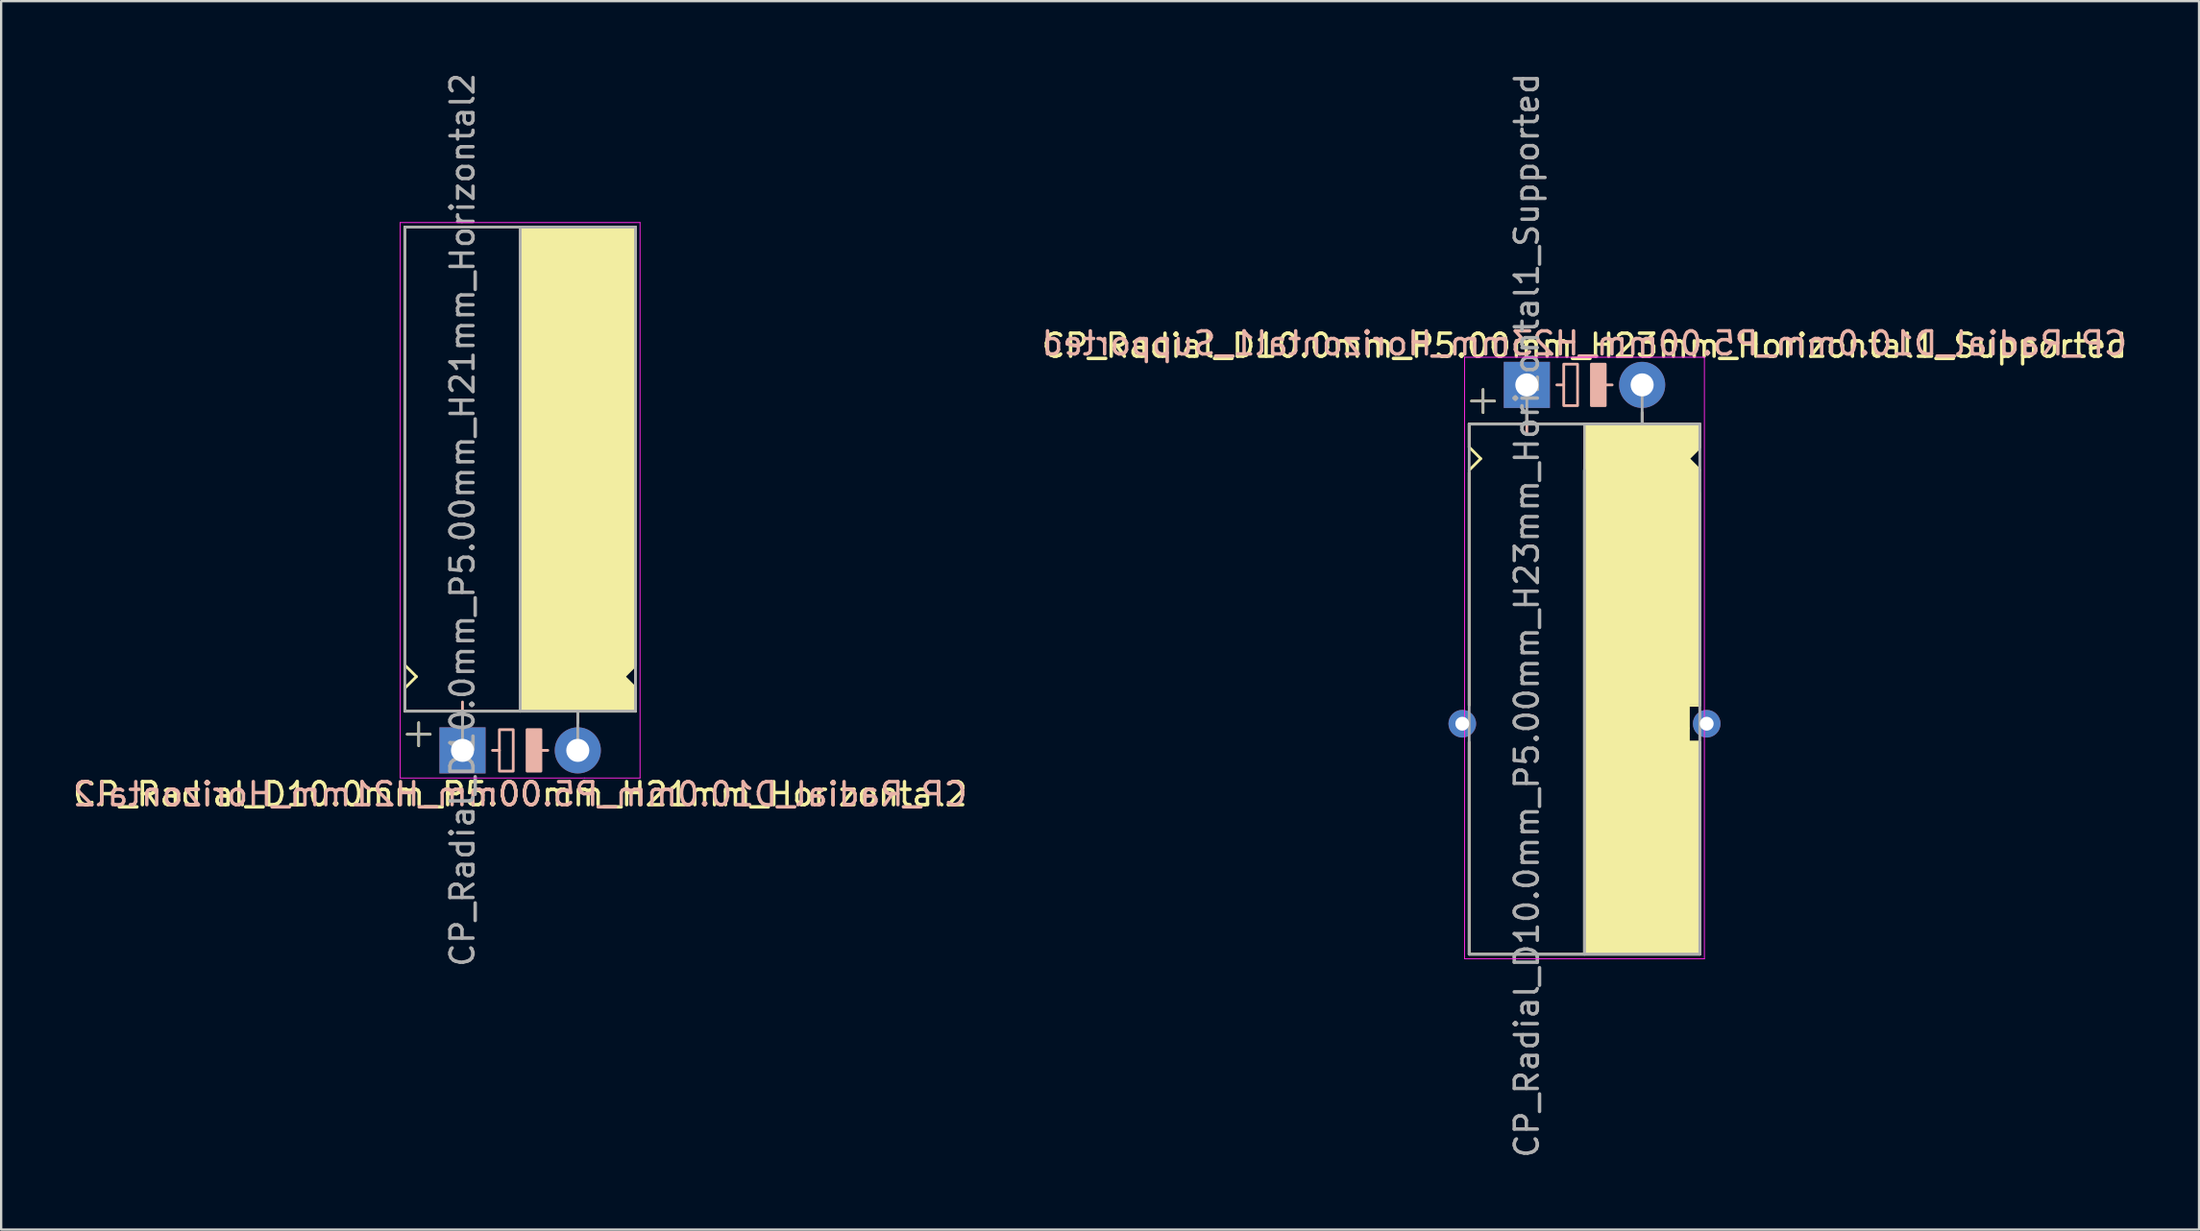
<source format=kicad_pcb>
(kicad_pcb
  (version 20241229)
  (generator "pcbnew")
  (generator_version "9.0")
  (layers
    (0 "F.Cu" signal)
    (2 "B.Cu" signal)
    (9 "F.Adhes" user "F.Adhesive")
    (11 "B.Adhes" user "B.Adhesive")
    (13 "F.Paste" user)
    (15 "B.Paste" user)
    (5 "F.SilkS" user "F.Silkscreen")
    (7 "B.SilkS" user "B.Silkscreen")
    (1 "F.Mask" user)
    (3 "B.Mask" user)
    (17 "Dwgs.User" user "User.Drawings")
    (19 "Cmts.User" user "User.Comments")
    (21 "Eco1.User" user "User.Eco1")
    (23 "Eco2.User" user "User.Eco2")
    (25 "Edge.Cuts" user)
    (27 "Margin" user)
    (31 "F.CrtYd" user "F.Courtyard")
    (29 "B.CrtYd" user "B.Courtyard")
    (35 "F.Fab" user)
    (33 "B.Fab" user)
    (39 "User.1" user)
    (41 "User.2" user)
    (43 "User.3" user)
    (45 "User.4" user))
  (footprint "CP_Radial_D10.0mm_P5.00mm_H21mm_Horizontal2"
    (layer "F.Cu")
    (at 17.006 29.506)
    (property "Reference" "CP_Radial_D10.0mm_P5.00mm_H21mm_Horizontal2" (at 2.5 1.9 0) (layer "F.SilkS") (effects (font (size 1 1) (thickness 0.15))))
    (fp_line (start -2.5 -22.7) (end 7.5 -22.7) (stroke (width 0.12) (type solid)) (layer "F.SilkS"))
    (fp_line (start -2.5 -11.7) (end -2.5 -22.7) (stroke (width 0.12) (type solid)) (layer "F.SilkS"))
    (fp_line (start -2.5 -3.7) (end -2.5 -11.7) (stroke (width 0.12) (type solid)) (layer "F.SilkS"))
    (fp_line (start -2.5 -2.7) (end -2 -3.2) (stroke (width 0.12) (type solid)) (layer "F.SilkS"))
    (fp_line (start -2.5 -1.7) (end -2.5 -2.7) (stroke (width 0.12) (type solid)) (layer "F.SilkS"))
    (fp_line (start -2 -3.2) (end -2.5 -3.7) (stroke (width 0.12) (type solid)) (layer "F.SilkS"))
    (fp_line (start -1.9 -1.2) (end -1.9 -0.2) (stroke (width 0.12) (type solid)) (layer "F.SilkS"))
    (fp_line (start -1.4 -0.7) (end -2.4 -0.7) (stroke (width 0.12) (type solid)) (layer "F.SilkS"))
    (fp_line (start 0 -1.7) (end 0 -1.2) (stroke (width 0.12) (type solid)) (layer "F.SilkS"))
    (fp_line (start 2.5 -22.7) (end 2.5 -1.7) (stroke (width 0.12) (type solid)) (layer "F.SilkS"))
    (fp_line (start 2.5 -1.7) (end -2.5 -1.7) (stroke (width 0.12) (type solid)) (layer "F.SilkS"))
    (fp_line (start 5 -1.7) (end 5 -1.2) (stroke (width 0.12) (type solid)) (layer "F.SilkS"))
    (fp_line (start 7 -3.2) (end 7.5 -3.7) (stroke (width 0.12) (type solid)) (layer "F.SilkS"))
    (fp_line (start 7.5 -11.7) (end 7.5 -22.7) (stroke (width 0.12) (type solid)) (layer "F.SilkS"))
    (fp_line (start 7.5 -3.7) (end 7.5 -11.7) (stroke (width 0.12) (type solid)) (layer "F.SilkS"))
    (fp_line (start 7.5 -2.7) (end 7 -3.2) (stroke (width 0.12) (type solid)) (layer "F.SilkS"))
    (fp_line (start 7.5 -1.7) (end 2.5 -1.7) (stroke (width 0.12) (type solid)) (layer "F.SilkS"))
    (fp_line (start 7.5 -1.7) (end 7.5 -2.7) (stroke (width 0.12) (type solid)) (layer "F.SilkS"))
    (fp_poly (pts (xy 7.5 -2.7) (xy 7 -3.2) (xy 7.5 -3.7) (xy 7.5 -22.7) (xy 2.5 -22.7) (xy 2.5 -1.7) (xy 7.5 -1.7)) (stroke (width 0.1) (type solid)) (fill yes) (layer "F.SilkS"))
    (fp_line (start 0 -2.1) (end 0 -1.3) (stroke (width 0.12) (type solid)) (layer "B.SilkS"))
    (fp_line (start 0.4 -1.7) (end -0.4 -1.7) (stroke (width 0.12) (type solid)) (layer "B.SilkS"))
    (fp_line (start 1.6 0) (end 1.3 0) (stroke (width 0.12) (type solid)) (layer "B.SilkS"))
    (fp_line (start 3.7 0) (end 3.4 0) (stroke (width 0.12) (type solid)) (layer "B.SilkS"))
    (fp_rect (start 2.2 -0.9) (end 1.6 0.9) (stroke (width 0.12) (type solid)) (fill no) (layer "B.SilkS"))
    (fp_rect (start 3.4 -0.9) (end 2.8 0.9) (stroke (width 0.12) (type solid)) (fill yes) (layer "B.SilkS"))
    (fp_line (start -2.7 -22.9) (end -2.7 1.2) (stroke (width 0.04) (type solid)) (layer "F.CrtYd"))
    (fp_line (start -2.7 1.2) (end 5.3 1.2) (stroke (width 0.04) (type solid)) (layer "F.CrtYd"))
    (fp_line (start 5.3 1.2) (end 7.7 1.2) (stroke (width 0.04) (type solid)) (layer "F.CrtYd"))
    (fp_line (start 7.7 -22.9) (end -2.7 -22.9) (stroke (width 0.04) (type solid)) (layer "F.CrtYd"))
    (fp_line (start 7.7 1.2) (end 7.7 -22.9) (stroke (width 0.04) (type solid)) (layer "F.CrtYd"))
    (fp_line (start -2.5 -22.7) (end 7.5 -22.7) (stroke (width 0.12) (type solid)) (layer "F.Fab"))
    (fp_line (start -2.5 -1.7) (end -2.5 -22.7) (stroke (width 0.12) (type solid)) (layer "F.Fab"))
    (fp_line (start -2.4 -0.7) (end -1.4 -0.7) (stroke (width 0.1) (type solid)) (layer "F.Fab"))
    (fp_line (start -1.9 -0.2) (end -1.9 -1.2) (stroke (width 0.1) (type solid)) (layer "F.Fab"))
    (fp_line (start 0 -1.7) (end 0 0) (stroke (width 0.12) (type solid)) (layer "F.Fab"))
    (fp_line (start 2.5 -1.7) (end 2.5 -22.7) (stroke (width 0.12) (type solid)) (layer "F.Fab"))
    (fp_line (start 5 -1.7) (end 5 0) (stroke (width 0.12) (type solid)) (layer "F.Fab"))
    (fp_line (start 7.5 -22.7) (end 7.5 -1.7) (stroke (width 0.12) (type solid)) (layer "F.Fab"))
    (fp_line (start 7.5 -1.7) (end -2.5 -1.7) (stroke (width 0.12) (type solid)) (layer "F.Fab"))
    (fp_poly (pts (xy 7.5 -22.7) (xy 2.5 -22.7) (xy 2.5 -1.7) (xy 7.5 -1.7)) (stroke (width 0.1) (type solid)) (fill no) (layer "F.Fab"))
    (fp_text user "${REFERENCE}" (at 2.5 1.9 0) (layer "B.SilkS") (effects (font (size 1 1) (thickness 0.15)) (justify mirror)))
    (fp_text user "${REFERENCE}" (at 0 -10 90) (layer "F.Fab") (effects (font (size 1 1) (thickness 0.15))))
    (pad "1" thru_hole rect (at 0 0) (size 2 2) (drill 1) (layers "*.Cu" "*.Mask"))
    (pad "2" thru_hole circle (at 5 0) (size 2 2) (drill 1) (layers "*.Cu" "*.Mask")))
  (footprint "CP_Radial_D10.0mm_P5.00mm_H23mm_Horizontal1_Supported"
    (layer "F.Cu")
    (at 63.161 13.649)
    (property "Reference" "CP_Radial_D10.0mm_P5.00mm_H23mm_Horizontal1_Supported" (at 2.5 -1.7 0) (layer "F.SilkS") (effects (font (size 1 1) (thickness 0.15))))
    (fp_line (start -2.5 1.7) (end -2.5 2.7) (stroke (width 0.12) (type solid)) (layer "F.SilkS"))
    (fp_line (start -2.5 2.7) (end -2 3.2) (stroke (width 0.12) (type solid)) (layer "F.SilkS"))
    (fp_line (start -2.5 3.8) (end -2.5 13.9) (stroke (width 0.12) (type solid)) (layer "F.SilkS"))
    (fp_line (start -2.5 15.5) (end -2.5 24.7) (stroke (width 0.12) (type solid)) (layer "F.SilkS"))
    (fp_line (start -2.5 24.7) (end 7.5 24.7) (stroke (width 0.12) (type solid)) (layer "F.SilkS"))
    (fp_line (start -2 3.2) (end -2.5 3.7) (stroke (width 0.12) (type solid)) (layer "F.SilkS"))
    (fp_line (start -1.9 0.2) (end -1.9 1.2) (stroke (width 0.12) (type solid)) (layer "F.SilkS"))
    (fp_line (start -1.4 0.7) (end -2.4 0.7) (stroke (width 0.12) (type solid)) (layer "F.SilkS"))
    (fp_line (start 0 1.7) (end 0 1.2) (stroke (width 0.12) (type solid)) (layer "F.SilkS"))
    (fp_line (start 2.5 1.7) (end -2.5 1.7) (stroke (width 0.12) (type solid)) (layer "F.SilkS"))
    (fp_line (start 2.5 24.7) (end 2.5 3.7) (stroke (width 0.12) (type solid)) (layer "F.SilkS"))
    (fp_line (start 5 1.7) (end 5 1.2) (stroke (width 0.12) (type solid)) (layer "F.SilkS"))
    (fp_line (start 7 3.2) (end 7.5 3.7) (stroke (width 0.12) (type solid)) (layer "F.SilkS"))
    (fp_line (start 7 13.9) (end 7.5 13.9) (stroke (width 0.12) (type solid)) (layer "F.SilkS"))
    (fp_line (start 7 14.9) (end 7 13.9) (stroke (width 0.12) (type solid)) (layer "F.SilkS"))
    (fp_line (start 7 15.5) (end 7 14.9) (stroke (width 0.12) (type solid)) (layer "F.SilkS"))
    (fp_line (start 7.5 1.7) (end 2.5 1.7) (stroke (width 0.12) (type solid)) (layer "F.SilkS"))
    (fp_line (start 7.5 1.7) (end 7.5 2.7) (stroke (width 0.12) (type solid)) (layer "F.SilkS"))
    (fp_line (start 7.5 2.7) (end 7 3.2) (stroke (width 0.12) (type solid)) (layer "F.SilkS"))
    (fp_line (start 7.5 4.7) (end 7.5 13.9) (stroke (width 0.12) (type solid)) (layer "F.SilkS"))
    (fp_line (start 7.5 15.5) (end 7 15.5) (stroke (width 0.12) (type solid)) (layer "F.SilkS"))
    (fp_line (start 7.5 15.5) (end 7.5 24.7) (stroke (width 0.12) (type solid)) (layer "F.SilkS"))
    (fp_poly (pts (xy 7.5 2.7) (xy 7 3.2) (xy 7.5 3.7) (xy 7.5 13.8) (xy 7 13.8) (xy 7 15.5) (xy 7.5 15.5) (xy 7.5 24.7) (xy 2.5 24.7) (xy 2.5 1.7) (xy 7.5 1.7)) (stroke (width 0.1) (type solid)) (fill yes) (layer "F.SilkS"))
    (fp_line (start 0 1.3) (end 0 2.1) (stroke (width 0.12) (type solid)) (layer "B.SilkS"))
    (fp_line (start 0.4 1.7) (end -0.4 1.7) (stroke (width 0.12) (type solid)) (layer "B.SilkS"))
    (fp_line (start 1.6 0) (end 1.3 0) (stroke (width 0.12) (type solid)) (layer "B.SilkS"))
    (fp_line (start 3.7 0) (end 3.4 0) (stroke (width 0.12) (type solid)) (layer "B.SilkS"))
    (fp_rect (start 2.2 -0.9) (end 1.6 0.9) (stroke (width 0.12) (type solid)) (fill no) (layer "B.SilkS"))
    (fp_rect (start 3.4 -0.9) (end 2.8 0.9) (stroke (width 0.12) (type solid)) (fill yes) (layer "B.SilkS"))
    (fp_line (start -2.7 -1.2) (end 5.3 -1.2) (stroke (width 0.04) (type solid)) (layer "F.CrtYd"))
    (fp_line (start -2.7 24.9) (end -2.7 -1.2) (stroke (width 0.04) (type solid)) (layer "F.CrtYd"))
    (fp_line (start 5.3 -1.2) (end 7.7 -1.2) (stroke (width 0.04) (type solid)) (layer "F.CrtYd"))
    (fp_line (start 7.7 -1.2) (end 7.7 24.9) (stroke (width 0.04) (type solid)) (layer "F.CrtYd"))
    (fp_line (start 7.7 24.9) (end -2.7 24.9) (stroke (width 0.04) (type solid)) (layer "F.CrtYd"))
    (fp_line (start -2.5 1.7) (end -2.5 24.7) (stroke (width 0.12) (type solid)) (layer "F.Fab"))
    (fp_line (start -2.5 24.7) (end 7.5 24.7) (stroke (width 0.12) (type solid)) (layer "F.Fab"))
    (fp_line (start -2.4 0.7) (end -1.4 0.7) (stroke (width 0.1) (type solid)) (layer "F.Fab"))
    (fp_line (start -1.9 1.2) (end -1.9 0.2) (stroke (width 0.1) (type solid)) (layer "F.Fab"))
    (fp_line (start 0 1.7) (end 0 0) (stroke (width 0.12) (type solid)) (layer "F.Fab"))
    (fp_line (start 2.5 3.7) (end 2.5 24.7) (stroke (width 0.12) (type solid)) (layer "F.Fab"))
    (fp_line (start 5 1.7) (end 5 0) (stroke (width 0.12) (type solid)) (layer "F.Fab"))
    (fp_line (start 7.5 1.7) (end -2.5 1.7) (stroke (width 0.12) (type solid)) (layer "F.Fab"))
    (fp_line (start 7.5 24.7) (end 7.5 1.7) (stroke (width 0.12) (type solid)) (layer "F.Fab"))
    (fp_poly (pts (xy 7.5 24.7) (xy 2.5 24.7) (xy 2.5 1.7) (xy 7.5 1.7)) (stroke (width 0.1) (type solid)) (fill no) (layer "F.Fab"))
    (fp_text user "${REFERENCE}" (at 2.5 -1.8 0) (layer "B.SilkS") (effects (font (size 1 1) (thickness 0.15)) (justify mirror)))
    (fp_text user "${REFERENCE}" (at 0 10 90) (layer "F.Fab") (effects (font (size 1 1) (thickness 0.15))))
    (pad "1" thru_hole rect (at 0 0) (size 2 2) (drill 1) (layers "*.Cu" "*.Mask"))
    (pad "2" thru_hole circle (at 5 0) (size 2 2) (drill 1) (layers "*.Cu" "*.Mask"))
    (pad "~" thru_hole circle (at -2.8 14.7) (size 1.2 1.2) (drill 0.6) (layers "*.Cu" "*.Mask"))
    (pad "~" thru_hole circle (at 7.8 14.7) (size 1.2 1.2) (drill 0.6) (layers "*.Cu" "*.Mask")))
  (gr_rect
    (start -3 -3)
    (end 92.31 50.298)
    (stroke (width 0.1) (type default))
    (fill no)
    (layer "Edge.Cuts")))
</source>
